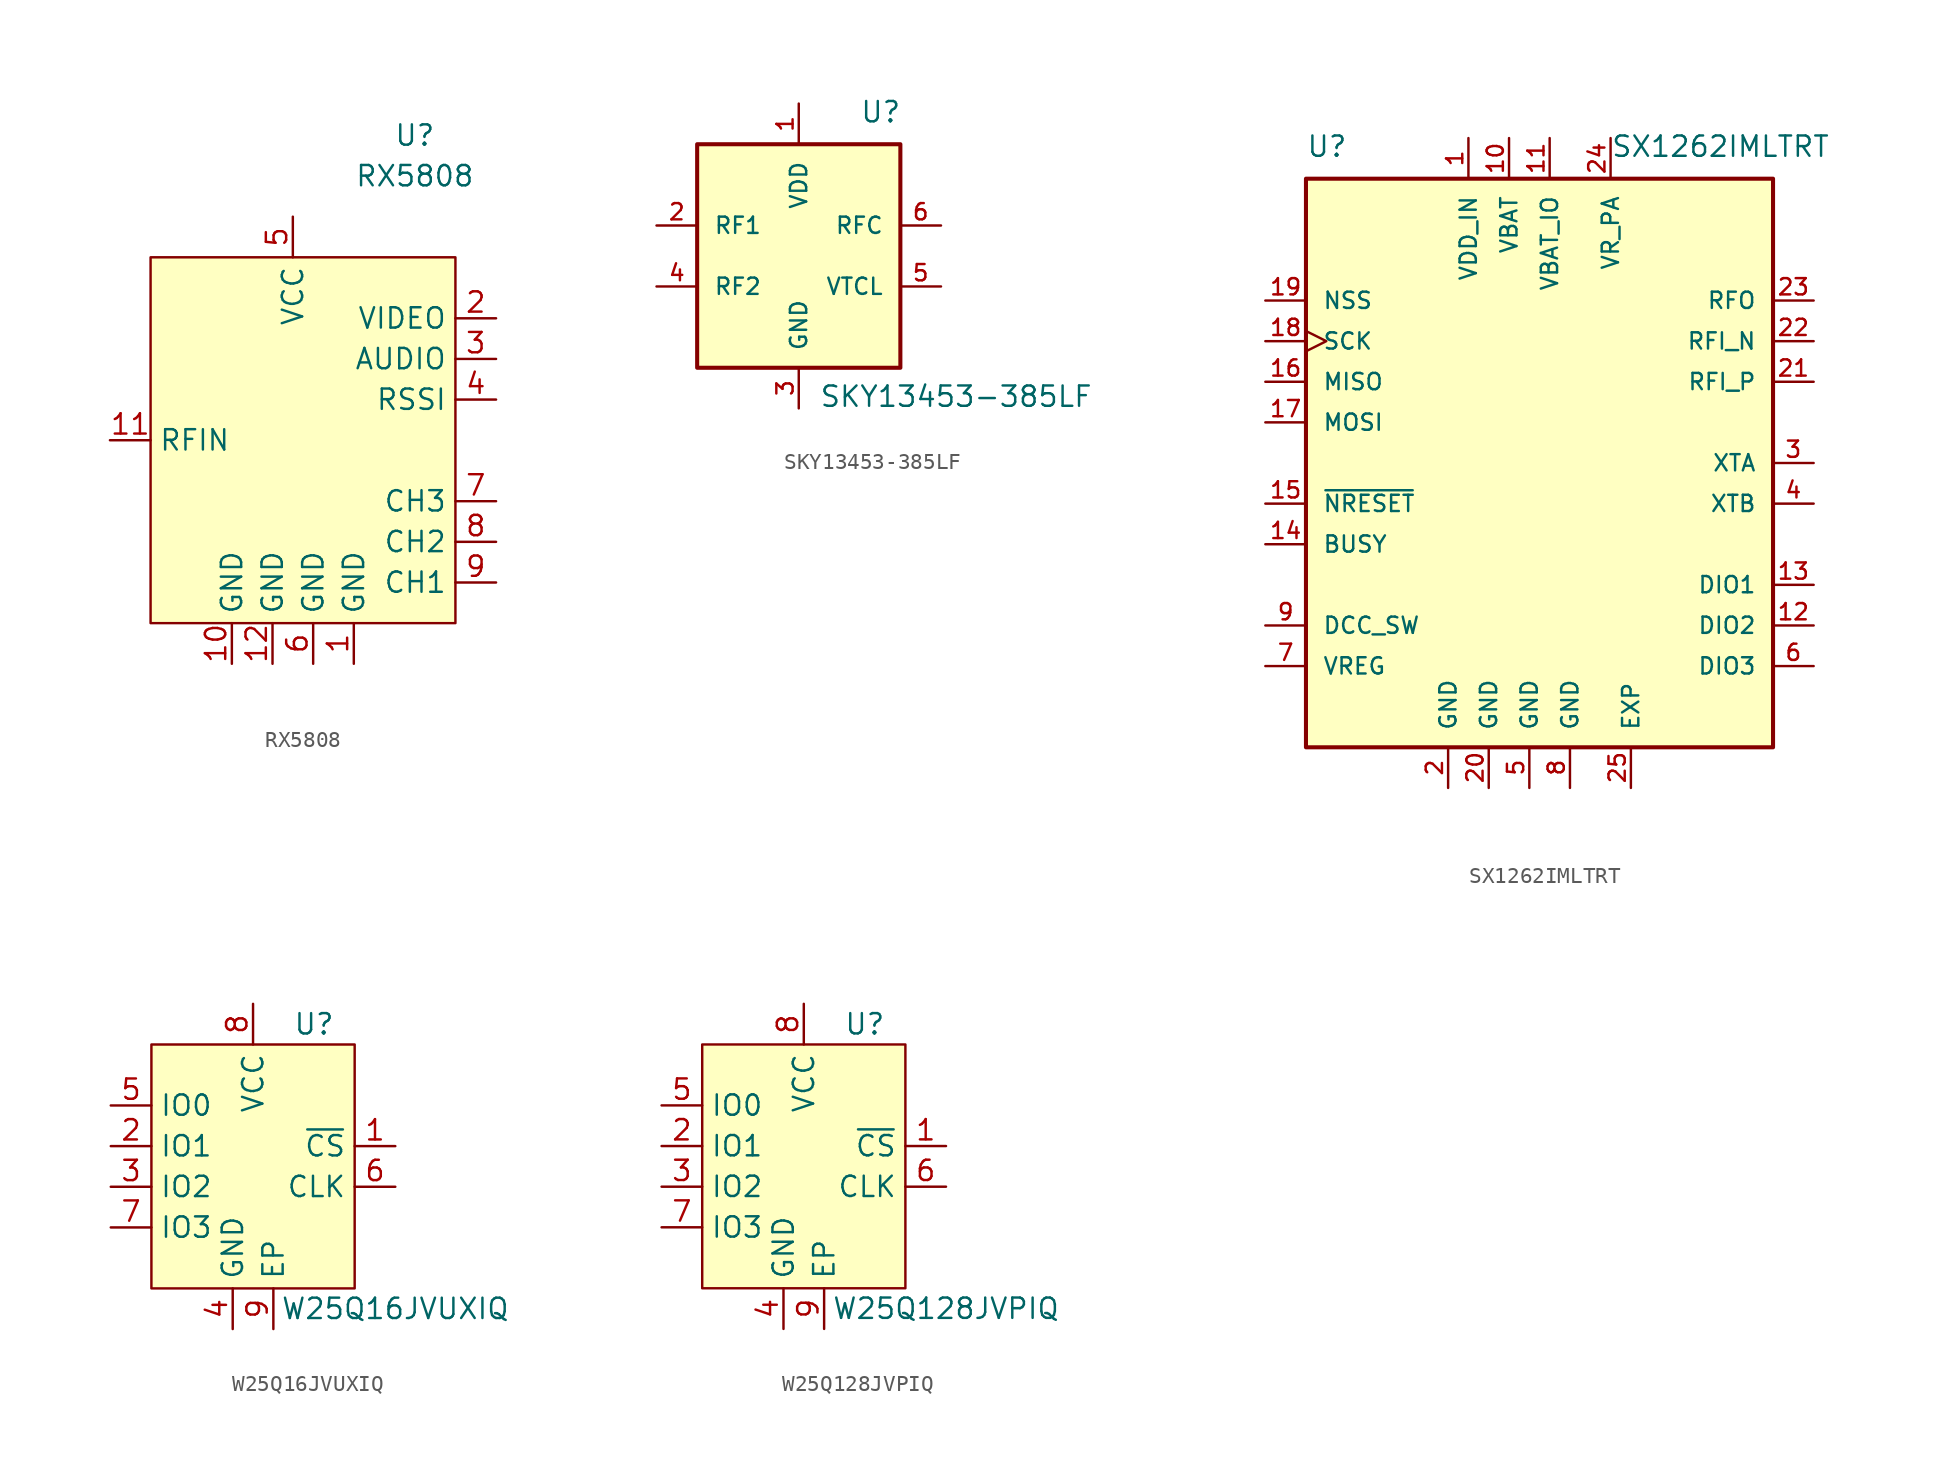
<source format=kicad_sym>
(kicad_symbol_lib
  (version 20220914)
  (generator kicad_symbol_editor)
  (symbol "RX5808"
    (property "Reference" "U"
      (at 7.62 19.05 0)
      (effects (font (size 1.27 1.27))))
    (property "Value" "RX5808"
      (at 7.62 16.51 0)
      (effects (font (size 1.27 1.27))))
    (symbol "RX5808_1_1"
      (rectangle (start -8.89 11.43) (end 10.16 -11.43) (stroke (width 0) (type default)) (fill (type background)))
      (pin power_out line (at 3.81 -13.97 90) (length 2.54) (name "GND" (effects (font (size 1.27 1.27)))) (number "1" (effects (font (size 1.27 1.27)))))
      (pin power_out line (at -3.81 -13.97 90) (length 2.54) (name "GND" (effects (font (size 1.27 1.27)))) (number "10" (effects (font (size 1.27 1.27)))))
      (pin input line (at -11.43 0 0) (length 2.54) (name "RFIN" (effects (font (size 1.27 1.27)))) (number "11" (effects (font (size 1.27 1.27)))))
      (pin power_out line (at -1.27 -13.97 90) (length 2.54) (name "GND" (effects (font (size 1.27 1.27)))) (number "12" (effects (font (size 1.27 1.27)))))
      (pin output line (at 12.7 7.62 180) (length 2.54) (name "VIDEO" (effects (font (size 1.27 1.27)))) (number "2" (effects (font (size 1.27 1.27)))))
      (pin output line (at 12.7 5.08 180) (length 2.54) (name "AUDIO" (effects (font (size 1.27 1.27)))) (number "3" (effects (font (size 1.27 1.27)))))
      (pin output line (at 12.7 2.54 180) (length 2.54) (name "RSSI" (effects (font (size 1.27 1.27)))) (number "4" (effects (font (size 1.27 1.27)))))
      (pin output line (at 0 13.97 270) (length 2.54) (name "VCC" (effects (font (size 1.27 1.27)))) (number "5" (effects (font (size 1.27 1.27)))))
      (pin power_out line (at 1.27 -13.97 90) (length 2.54) (name "GND" (effects (font (size 1.27 1.27)))) (number "6" (effects (font (size 1.27 1.27)))))
      (pin output line (at 12.7 -3.81 180) (length 2.54) (name "CH3" (effects (font (size 1.27 1.27)))) (number "7" (effects (font (size 1.27 1.27)))))
      (pin output line (at 12.7 -6.35 180) (length 2.54) (name "CH2" (effects (font (size 1.27 1.27)))) (number "8" (effects (font (size 1.27 1.27)))))
      (pin output line (at 12.7 -8.89 180) (length 2.54) (name "CH1" (effects (font (size 1.27 1.27)))) (number "9" (effects (font (size 1.27 1.27)))))))
  (symbol "SKY13453-385LF"
    (pin_names
      (offset 1.016))
    (property "Reference" "U"
      (at 0 8.89 0)
      (effects (font (size 1.27 1.27)) (justify left bottom)))
    (property "Value" "SKY13453-385LF"
      (at -2.54 -8.89 0)
      (effects (font (size 1.27 1.27)) (justify left bottom)))
    (symbol "SKY13453-385LF_0_0"
      (rectangle (start -10.16 7.62) (end 2.54 -6.35) (stroke (width 0.254) (type default)) (fill (type background))))
    (symbol "SKY13453-385LF_1_0"
      (pin power_in line (at -3.81 10.16 270) (length 2.54) (name "VDD" (effects (font (size 1.016 1.016)))) (number "1" (effects (font (size 1.016 1.016)))))
      (pin bidirectional line (at -12.7 2.54 0) (length 2.54) (name "RF1" (effects (font (size 1.016 1.016)))) (number "2" (effects (font (size 1.016 1.016)))))
      (pin power_in line (at -3.81 -8.89 90) (length 2.54) (name "GND" (effects (font (size 1.016 1.016)))) (number "3" (effects (font (size 1.016 1.016)))))
      (pin bidirectional line (at -12.7 -1.27 0) (length 2.54) (name "RF2" (effects (font (size 1.016 1.016)))) (number "4" (effects (font (size 1.016 1.016)))))
      (pin passive line (at 5.08 -1.27 180) (length 2.54) (name "VTCL" (effects (font (size 1.016 1.016)))) (number "5" (effects (font (size 1.016 1.016)))))
      (pin bidirectional line (at 5.08 2.54 180) (length 2.54) (name "RFC" (effects (font (size 1.016 1.016)))) (number "6" (effects (font (size 1.016 1.016)))))))
  (symbol "SX1262IMLTRT"
    (pin_names
      (offset 1.016))
    (property "Reference" "U"
      (at -13.97 6.35 0)
      (effects (font (size 1.27 1.27)) (justify left bottom)))
    (property "Value" "SX1262IMLTRT"
      (at 5.08 6.35 0)
      (effects (font (size 1.27 1.27)) (justify left bottom)))
    (symbol "SX1262IMLTRT_0_0"
      (rectangle (start -13.97 5.08) (end 15.24 -30.48) (stroke (width 0.254) (type default)) (fill (type background))))
    (symbol "SX1262IMLTRT_1_0"
      (pin input line (at -3.81 7.62 270) (length 2.54) (name "VDD_IN" (effects (font (size 1.016 1.016)))) (number "1" (effects (font (size 1.016 1.016)))))
      (pin power_in line (at -1.27 7.62 270) (length 2.54) (name "VBAT" (effects (font (size 1.016 1.016)))) (number "10" (effects (font (size 1.016 1.016)))))
      (pin power_in line (at 1.27 7.62 270) (length 2.54) (name "VBAT_IO" (effects (font (size 1.016 1.016)))) (number "11" (effects (font (size 1.016 1.016)))))
      (pin bidirectional line (at 17.78 -22.86 180) (length 2.54) (name "DIO2" (effects (font (size 1.016 1.016)))) (number "12" (effects (font (size 1.016 1.016)))))
      (pin bidirectional line (at 17.78 -20.32 180) (length 2.54) (name "DIO1" (effects (font (size 1.016 1.016)))) (number "13" (effects (font (size 1.016 1.016)))))
      (pin bidirectional line (at -16.51 -17.78 0) (length 2.54) (name "BUSY" (effects (font (size 1.016 1.016)))) (number "14" (effects (font (size 1.016 1.016)))))
      (pin bidirectional line (at -16.51 -15.24 0) (length 2.54) (name "~{NRESET}" (effects (font (size 1.016 1.016)))) (number "15" (effects (font (size 1.016 1.016)))))
      (pin output line (at -16.51 -7.62 0) (length 2.54) (name "MISO" (effects (font (size 1.016 1.016)))) (number "16" (effects (font (size 1.016 1.016)))))
      (pin input line (at -16.51 -10.16 0) (length 2.54) (name "MOSI" (effects (font (size 1.016 1.016)))) (number "17" (effects (font (size 1.016 1.016)))))
      (pin input clock (at -16.51 -5.08 0) (length 2.54) (name "SCK" (effects (font (size 1.016 1.016)))) (number "18" (effects (font (size 1.016 1.016)))))
      (pin input line (at -16.51 -2.54 0) (length 2.54) (name "NSS" (effects (font (size 1.016 1.016)))) (number "19" (effects (font (size 1.016 1.016)))))
      (pin power_in line (at -5.08 -33.02 90) (length 2.54) (name "GND" (effects (font (size 1.016 1.016)))) (number "2" (effects (font (size 1.016 1.016)))))
      (pin power_in line (at -2.54 -33.02 90) (length 2.54) (name "GND" (effects (font (size 1.016 1.016)))) (number "20" (effects (font (size 1.016 1.016)))))
      (pin input line (at 17.78 -7.62 180) (length 2.54) (name "RFI_P" (effects (font (size 1.016 1.016)))) (number "21" (effects (font (size 1.016 1.016)))))
      (pin input line (at 17.78 -5.08 180) (length 2.54) (name "RFI_N" (effects (font (size 1.016 1.016)))) (number "22" (effects (font (size 1.016 1.016)))))
      (pin output line (at 17.78 -2.54 180) (length 2.54) (name "RFO" (effects (font (size 1.016 1.016)))) (number "23" (effects (font (size 1.016 1.016)))))
      (pin power_in line (at 5.08 7.62 270) (length 2.54) (name "VR_PA" (effects (font (size 1.016 1.016)))) (number "24" (effects (font (size 1.016 1.016)))))
      (pin power_in line (at 6.35 -33.02 90) (length 2.54) (name "EXP" (effects (font (size 1.016 1.016)))) (number "25" (effects (font (size 1.016 1.016)))))
      (pin bidirectional line (at 17.78 -12.7 180) (length 2.54) (name "XTA" (effects (font (size 1.016 1.016)))) (number "3" (effects (font (size 1.016 1.016)))))
      (pin bidirectional line (at 17.78 -15.24 180) (length 2.54) (name "XTB" (effects (font (size 1.016 1.016)))) (number "4" (effects (font (size 1.016 1.016)))))
      (pin power_in line (at 0 -33.02 90) (length 2.54) (name "GND" (effects (font (size 1.016 1.016)))) (number "5" (effects (font (size 1.016 1.016)))))
      (pin bidirectional line (at 17.78 -25.4 180) (length 2.54) (name "DIO3" (effects (font (size 1.016 1.016)))) (number "6" (effects (font (size 1.016 1.016)))))
      (pin output line (at -16.51 -25.4 0) (length 2.54) (name "VREG" (effects (font (size 1.016 1.016)))) (number "7" (effects (font (size 1.016 1.016)))))
      (pin power_in line (at 2.54 -33.02 90) (length 2.54) (name "GND" (effects (font (size 1.016 1.016)))) (number "8" (effects (font (size 1.016 1.016)))))
      (pin output line (at -16.51 -22.86 0) (length 2.54) (name "DCC_SW" (effects (font (size 1.016 1.016)))) (number "9" (effects (font (size 1.016 1.016)))))))
  (symbol "W25Q16JVUXIQ"
    (property "Reference" "U"
      (at 0 11.43 0)
      (effects (font (size 1.27 1.27))))
    (property "Value" "W25Q16JVUXIQ"
      (at 5.08 -6.35 0)
      (effects (font (size 1.27 1.27))))
    (symbol "W25Q16JVUXIQ_1_1"
      (rectangle (start -10.16 10.16) (end 2.54 -5.08) (stroke (width 0) (type default)) (fill (type background)))
      (pin input line (at 5.08 3.81 180) (length 2.54) (name "~{CS}" (effects (font (size 1.27 1.27)))) (number "1" (effects (font (size 1.27 1.27)))))
      (pin bidirectional line (at -12.7 3.81 0) (length 2.54) (name "IO1" (effects (font (size 1.27 1.27)))) (number "2" (effects (font (size 1.27 1.27)))))
      (pin bidirectional line (at -12.7 1.27 0) (length 2.54) (name "IO2" (effects (font (size 1.27 1.27)))) (number "3" (effects (font (size 1.27 1.27)))))
      (pin power_in line (at -5.08 -7.62 90) (length 2.54) (name "GND" (effects (font (size 1.27 1.27)))) (number "4" (effects (font (size 1.27 1.27)))))
      (pin bidirectional line (at -12.7 6.35 0) (length 2.54) (name "IO0" (effects (font (size 1.27 1.27)))) (number "5" (effects (font (size 1.27 1.27)))))
      (pin input line (at 5.08 1.27 180) (length 2.54) (name "CLK" (effects (font (size 1.27 1.27)))) (number "6" (effects (font (size 1.27 1.27)))))
      (pin bidirectional line (at -12.7 -1.27 0) (length 2.54) (name "IO3" (effects (font (size 1.27 1.27)))) (number "7" (effects (font (size 1.27 1.27)))))
      (pin power_in line (at -3.81 12.7 270) (length 2.54) (name "VCC" (effects (font (size 1.27 1.27)))) (number "8" (effects (font (size 1.27 1.27)))))
      (pin power_in line (at -2.54 -7.62 90) (length 2.54) (name "EP" (effects (font (size 1.27 1.27)))) (number "9" (effects (font (size 1.27 1.27)))))))
  (symbol "W25Q128JVPIQ"
    (property "Reference" "U"
      (at 0 11.43 0)
      (effects (font (size 1.27 1.27))))
    (property "Value" "W25Q128JVPIQ"
      (at 5.08 -6.35 0)
      (effects (font (size 1.27 1.27))))
    (symbol "W25Q128JVPIQ_1_1"
      (rectangle (start -10.16 10.16) (end 2.54 -5.08) (stroke (width 0) (type default)) (fill (type background)))
      (pin input line (at 5.08 3.81 180) (length 2.54) (name "~{CS}" (effects (font (size 1.27 1.27)))) (number "1" (effects (font (size 1.27 1.27)))))
      (pin bidirectional line (at -12.7 3.81 0) (length 2.54) (name "IO1" (effects (font (size 1.27 1.27)))) (number "2" (effects (font (size 1.27 1.27)))))
      (pin bidirectional line (at -12.7 1.27 0) (length 2.54) (name "IO2" (effects (font (size 1.27 1.27)))) (number "3" (effects (font (size 1.27 1.27)))))
      (pin power_in line (at -5.08 -7.62 90) (length 2.54) (name "GND" (effects (font (size 1.27 1.27)))) (number "4" (effects (font (size 1.27 1.27)))))
      (pin bidirectional line (at -12.7 6.35 0) (length 2.54) (name "IO0" (effects (font (size 1.27 1.27)))) (number "5" (effects (font (size 1.27 1.27)))))
      (pin input line (at 5.08 1.27 180) (length 2.54) (name "CLK" (effects (font (size 1.27 1.27)))) (number "6" (effects (font (size 1.27 1.27)))))
      (pin bidirectional line (at -12.7 -1.27 0) (length 2.54) (name "IO3" (effects (font (size 1.27 1.27)))) (number "7" (effects (font (size 1.27 1.27)))))
      (pin power_in line (at -3.81 12.7 270) (length 2.54) (name "VCC" (effects (font (size 1.27 1.27)))) (number "8" (effects (font (size 1.27 1.27)))))
      (pin power_in line (at -2.54 -7.62 90) (length 2.54) (name "EP" (effects (font (size 1.27 1.27)))) (number "9" (effects (font (size 1.27 1.27))))))))
</source>
